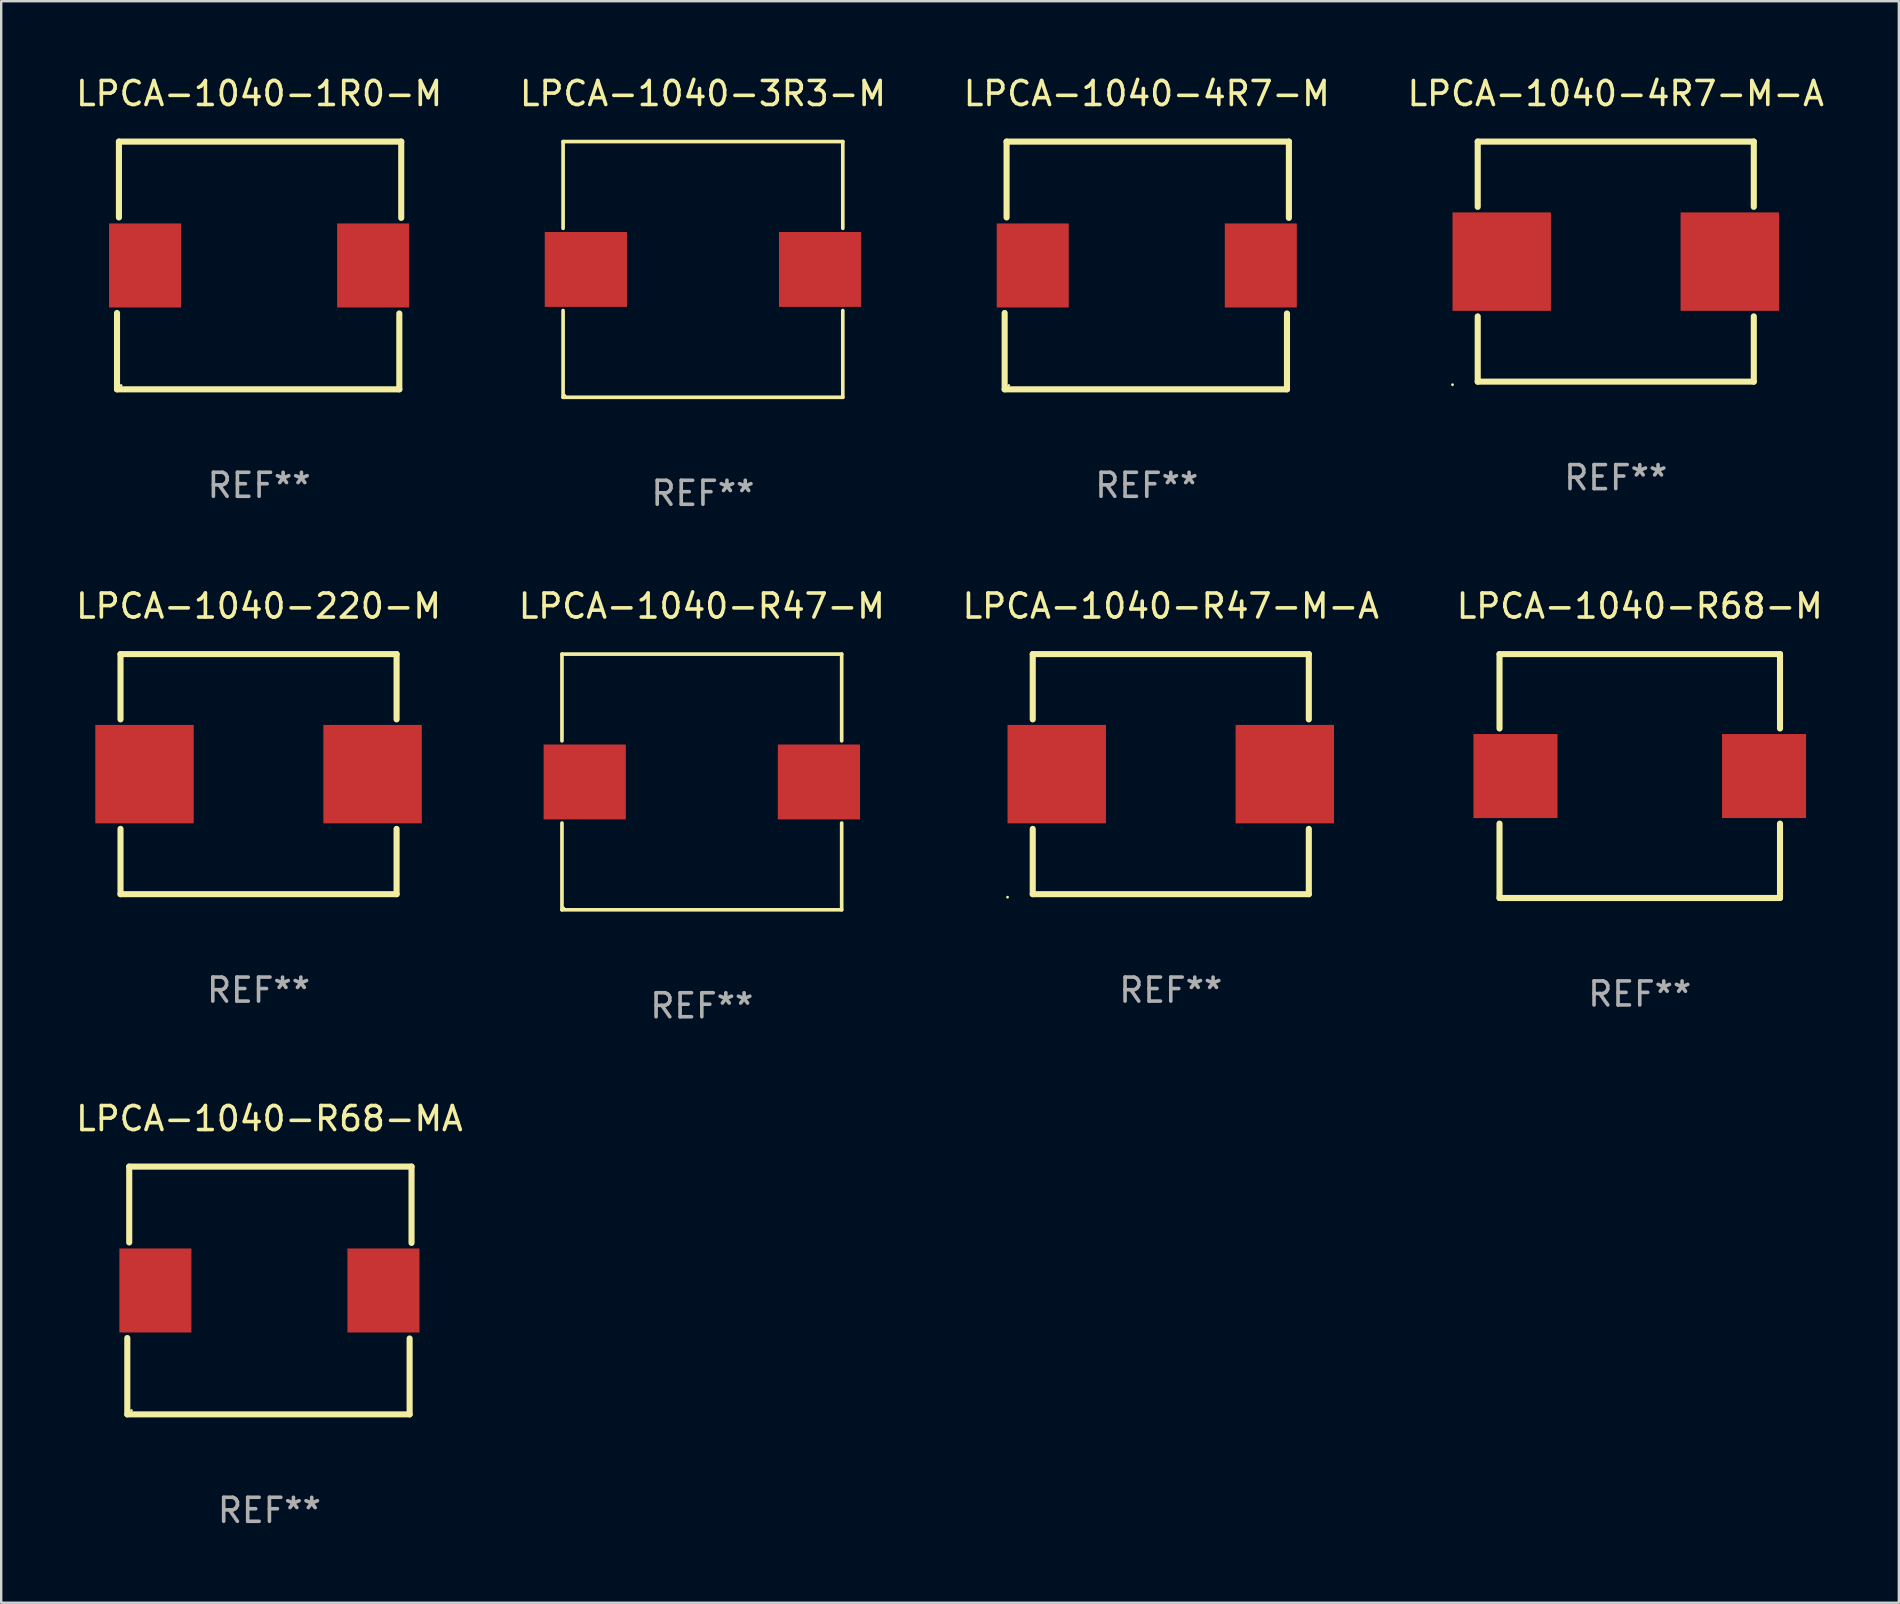
<source format=kicad_pcb>
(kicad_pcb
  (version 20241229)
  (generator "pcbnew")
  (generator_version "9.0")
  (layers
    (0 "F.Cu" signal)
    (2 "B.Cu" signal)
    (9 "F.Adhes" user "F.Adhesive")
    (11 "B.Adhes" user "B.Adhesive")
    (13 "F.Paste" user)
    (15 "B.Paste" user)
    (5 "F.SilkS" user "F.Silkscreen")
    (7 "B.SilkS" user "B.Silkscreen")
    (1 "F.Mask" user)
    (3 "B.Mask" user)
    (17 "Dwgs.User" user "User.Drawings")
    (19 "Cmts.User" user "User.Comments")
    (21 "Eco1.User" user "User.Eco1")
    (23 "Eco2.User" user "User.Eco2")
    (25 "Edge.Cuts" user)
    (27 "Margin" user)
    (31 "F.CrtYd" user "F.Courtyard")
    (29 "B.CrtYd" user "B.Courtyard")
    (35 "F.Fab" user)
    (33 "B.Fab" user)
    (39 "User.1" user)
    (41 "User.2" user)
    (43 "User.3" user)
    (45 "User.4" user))
  (footprint "LPCA-1040-220-M"
    (layer "F.Cu")
    (at 7.72 29.197)
    (property "Reference" "LPCA-1040-220-M" (at 0 -7 0) (layer "F.SilkS") (effects (font (size 1 1) (thickness 0.15))))
    (attr through_hole)
    (fp_line (start -5.75 -5) (end -5.75 -2.281) (stroke (width 0.254) (type solid)) (layer "F.SilkS"))
    (fp_line (start -5.75 -5) (end 5.75 -5) (stroke (width 0.254) (type solid)) (layer "F.SilkS"))
    (fp_line (start -5.75 2.281) (end -5.75 5) (stroke (width 0.254) (type solid)) (layer "F.SilkS"))
    (fp_line (start 5.75 -2.281) (end 5.75 -5) (stroke (width 0.254) (type solid)) (layer "F.SilkS"))
    (fp_line (start 5.75 5) (end -5.75 5) (stroke (width 0.254) (type solid)) (layer "F.SilkS"))
    (fp_line (start 5.75 5) (end 5.75 2.281) (stroke (width 0.254) (type solid)) (layer "F.SilkS"))
    (fp_circle (center -5.75 5) (end -5.7 5) (stroke (width 0.1) (type solid)) (fill no) (layer "F.SilkS"))
    (fp_text user "REF**" (at 0 9 0) (layer "F.Fab") (effects (font (size 1 1) (thickness 0.15))))
    (pad "1" smd rect (at -4.75 0) (size 4.1 4.1) (layers "F.Cu" "F.Mask" "F.Paste"))
    (pad "2" smd rect (at 4.75 0) (size 4.1 4.1) (layers "F.Cu" "F.Mask" "F.Paste")))
  (footprint "LPCA-1040-1R0-M"
    (layer "F.Cu")
    (at 7.744 8.008)
    (property "Reference" "LPCA-1040-1R0-M" (at 0 -7.16 0) (layer "F.SilkS") (effects (font (size 1 1) (thickness 0.15))))
    (attr through_hole)
    (fp_line (start -5.92 5.16) (end -5.92 1.98) (stroke (width 0.254) (type solid)) (layer "F.SilkS"))
    (fp_line (start -5.84 -5.16) (end 5.92 -5.16) (stroke (width 0.254) (type solid)) (layer "F.SilkS"))
    (fp_line (start -5.84 -2) (end -5.84 -5.16) (stroke (width 0.254) (type solid)) (layer "F.SilkS"))
    (fp_line (start 5.84 2) (end 5.84 5.16) (stroke (width 0.254) (type solid)) (layer "F.SilkS"))
    (fp_line (start 5.84 5.16) (end -5.92 5.16) (stroke (width 0.254) (type solid)) (layer "F.SilkS"))
    (fp_line (start 5.92 -5.16) (end 5.92 -1.98) (stroke (width 0.254) (type solid)) (layer "F.SilkS"))
    (fp_circle (center -5.75 5) (end -5.72 5) (stroke (width 0.06) (type solid)) (fill no) (layer "F.SilkS"))
    (fp_text user "REF**" (at 0 9.16 0) (layer "F.Fab") (effects (font (size 1 1) (thickness 0.15))))
    (pad "1" smd rect (at -4.75 0) (size 3 3.5) (layers "F.Cu" "F.Mask" "F.Paste"))
    (pad "2" smd rect (at 4.75 0) (size 3 3.5) (layers "F.Cu" "F.Mask" "F.Paste")))
  (footprint "LPCA-1040-3R3-M"
    (layer "F.Cu")
    (at 26.232 8.174)
    (property "Reference" "LPCA-1040-3R3-M" (at 0 -7.326 0) (layer "F.SilkS") (effects (font (size 1 1) (thickness 0.15))))
    (attr through_hole)
    (fp_line (start -5.826 -5.326) (end 5.826 -5.326) (stroke (width 0.152) (type solid)) (layer "F.SilkS"))
    (fp_line (start -5.826 -1.712) (end -5.826 -5.326) (stroke (width 0.152) (type solid)) (layer "F.SilkS"))
    (fp_line (start -5.826 1.712) (end -5.826 5.326) (stroke (width 0.152) (type solid)) (layer "F.SilkS"))
    (fp_line (start -5.826 5.326) (end 5.826 5.326) (stroke (width 0.152) (type solid)) (layer "F.SilkS"))
    (fp_line (start 5.826 -5.326) (end 5.826 -1.712) (stroke (width 0.152) (type solid)) (layer "F.SilkS"))
    (fp_line (start 5.826 5.326) (end 5.826 1.712) (stroke (width 0.152) (type solid)) (layer "F.SilkS"))
    (fp_circle (center -5.75 5.25) (end -5.72 5.25) (stroke (width 0.06) (type solid)) (fill no) (layer "F.SilkS"))
    (fp_text user "REF**" (at 0 9.326 0) (layer "F.Fab") (effects (font (size 1 1) (thickness 0.15))))
    (pad "1" smd rect (at 4.878 0) (size 3.424 3.12) (layers "F.Cu" "F.Mask" "F.Paste"))
    (pad "2" smd rect (at -4.878 0) (size 3.424 3.12) (layers "F.Cu" "F.Mask" "F.Paste")))
  (footprint "LPCA-1040-R47-M"
    (layer "F.Cu")
    (at 26.185 29.523)
    (property "Reference" "LPCA-1040-R47-M" (at 0 -7.326 0) (layer "F.SilkS") (effects (font (size 1 1) (thickness 0.15))))
    (attr through_hole)
    (fp_line (start -5.826 -5.326) (end 5.826 -5.326) (stroke (width 0.152) (type solid)) (layer "F.SilkS"))
    (fp_line (start -5.826 -1.712) (end -5.826 -5.326) (stroke (width 0.152) (type solid)) (layer "F.SilkS"))
    (fp_line (start -5.826 1.712) (end -5.826 5.326) (stroke (width 0.152) (type solid)) (layer "F.SilkS"))
    (fp_line (start -5.826 5.326) (end 5.826 5.326) (stroke (width 0.152) (type solid)) (layer "F.SilkS"))
    (fp_line (start 5.826 -5.326) (end 5.826 -1.712) (stroke (width 0.152) (type solid)) (layer "F.SilkS"))
    (fp_line (start 5.826 5.326) (end 5.826 1.712) (stroke (width 0.152) (type solid)) (layer "F.SilkS"))
    (fp_circle (center -5.75 5.25) (end -5.72 5.25) (stroke (width 0.06) (type solid)) (fill no) (layer "F.SilkS"))
    (fp_text user "REF**" (at 0 9.326 0) (layer "F.Fab") (effects (font (size 1 1) (thickness 0.15))))
    (pad "1" smd rect (at 4.878 0) (size 3.424 3.12) (layers "F.Cu" "F.Mask" "F.Paste"))
    (pad "2" smd rect (at -4.878 0) (size 3.424 3.12) (layers "F.Cu" "F.Mask" "F.Paste")))
  (footprint "LPCA-1040-R68-M"
    (layer "F.Cu")
    (at 65.256 29.277)
    (property "Reference" "LPCA-1040-R68-M" (at 0 -7.08 0) (layer "F.SilkS") (effects (font (size 1 1) (thickness 0.15))))
    (attr through_hole)
    (fp_line (start -5.842 -5.08) (end -5.842 -1.981) (stroke (width 0.254) (type solid)) (layer "F.SilkS"))
    (fp_line (start -5.842 1.981) (end -5.842 5.08) (stroke (width 0.254) (type solid)) (layer "F.SilkS"))
    (fp_line (start -5.842 5.08) (end 5.842 5.08) (stroke (width 0.254) (type solid)) (layer "F.SilkS"))
    (fp_line (start 5.842 -5.08) (end -5.842 -5.08) (stroke (width 0.254) (type solid)) (layer "F.SilkS"))
    (fp_line (start 5.842 -1.981) (end 5.842 -5.08) (stroke (width 0.254) (type solid)) (layer "F.SilkS"))
    (fp_line (start 5.842 5.08) (end 5.842 1.981) (stroke (width 0.254) (type solid)) (layer "F.SilkS"))
    (fp_circle (center -5.9 5) (end -5.87 5) (stroke (width 0.06) (type solid)) (fill no) (layer "F.SilkS"))
    (fp_text user "REF**" (at 0 9.08 0) (layer "F.Fab") (effects (font (size 1 1) (thickness 0.15))))
    (pad "1" smd rect (at -5.177 0) (size 3.5 3.5) (layers "F.Cu" "F.Mask" "F.Paste"))
    (pad "2" smd rect (at 5.177 0) (size 3.5 3.5) (layers "F.Cu" "F.Mask" "F.Paste")))
  (footprint "LPCA-1040-4R7-M"
    (layer "F.Cu")
    (at 44.72 8.008)
    (property "Reference" "LPCA-1040-4R7-M" (at 0 -7.16 0) (layer "F.SilkS") (effects (font (size 1 1) (thickness 0.15))))
    (attr through_hole)
    (fp_line (start -5.92 5.16) (end -5.92 1.98) (stroke (width 0.254) (type solid)) (layer "F.SilkS"))
    (fp_line (start -5.84 -5.16) (end 5.92 -5.16) (stroke (width 0.254) (type solid)) (layer "F.SilkS"))
    (fp_line (start -5.84 -2) (end -5.84 -5.16) (stroke (width 0.254) (type solid)) (layer "F.SilkS"))
    (fp_line (start 5.84 2) (end 5.84 5.16) (stroke (width 0.254) (type solid)) (layer "F.SilkS"))
    (fp_line (start 5.84 5.16) (end -5.92 5.16) (stroke (width 0.254) (type solid)) (layer "F.SilkS"))
    (fp_line (start 5.92 -5.16) (end 5.92 -1.98) (stroke (width 0.254) (type solid)) (layer "F.SilkS"))
    (fp_circle (center -5.75 5) (end -5.72 5) (stroke (width 0.06) (type solid)) (fill no) (layer "F.SilkS"))
    (fp_text user "REF**" (at 0 9.16 0) (layer "F.Fab") (effects (font (size 1 1) (thickness 0.15))))
    (pad "1" smd rect (at -4.75 0) (size 3 3.5) (layers "F.Cu" "F.Mask" "F.Paste"))
    (pad "2" smd rect (at 4.75 0) (size 3 3.5) (layers "F.Cu" "F.Mask" "F.Paste")))
  (footprint "LPCA-1040-R68-MA"
    (layer "F.Cu")
    (at 8.173 50.706)
    (property "Reference" "LPCA-1040-R68-MA" (at 0 -7.16 0) (layer "F.SilkS") (effects (font (size 1 1) (thickness 0.15))))
    (attr through_hole)
    (fp_line (start -5.92 5.16) (end -5.92 1.98) (stroke (width 0.254) (type solid)) (layer "F.SilkS"))
    (fp_line (start -5.84 -5.16) (end 5.92 -5.16) (stroke (width 0.254) (type solid)) (layer "F.SilkS"))
    (fp_line (start -5.84 -2) (end -5.84 -5.16) (stroke (width 0.254) (type solid)) (layer "F.SilkS"))
    (fp_line (start 5.84 2) (end 5.84 5.16) (stroke (width 0.254) (type solid)) (layer "F.SilkS"))
    (fp_line (start 5.84 5.16) (end -5.92 5.16) (stroke (width 0.254) (type solid)) (layer "F.SilkS"))
    (fp_line (start 5.92 -5.16) (end 5.92 -1.98) (stroke (width 0.254) (type solid)) (layer "F.SilkS"))
    (fp_circle (center -5.75 5) (end -5.72 5) (stroke (width 0.06) (type solid)) (fill no) (layer "F.SilkS"))
    (fp_text user "REF**" (at 0 9.16 0) (layer "F.Fab") (effects (font (size 1 1) (thickness 0.15))))
    (pad "1" smd rect (at -4.75 0) (size 3 3.5) (layers "F.Cu" "F.Mask" "F.Paste"))
    (pad "2" smd rect (at 4.75 0) (size 3 3.5) (layers "F.Cu" "F.Mask" "F.Paste")))
  (footprint "LPCA-1040-4R7-M-A"
    (layer "F.Cu")
    (at 64.256 7.848)
    (property "Reference" "LPCA-1040-4R7-M-A" (at 0 -7 0) (layer "F.SilkS") (effects (font (size 1 1) (thickness 0.15))))
    (attr through_hole)
    (fp_line (start -5.75 -5) (end -5.75 -2.281) (stroke (width 0.254) (type solid)) (layer "F.SilkS"))
    (fp_line (start -5.75 -5) (end 5.75 -5) (stroke (width 0.254) (type solid)) (layer "F.SilkS"))
    (fp_line (start -5.75 2.281) (end -5.75 5) (stroke (width 0.254) (type solid)) (layer "F.SilkS"))
    (fp_line (start 5.75 -5) (end 5.75 -2.281) (stroke (width 0.254) (type solid)) (layer "F.SilkS"))
    (fp_line (start 5.75 2.281) (end 5.75 5) (stroke (width 0.254) (type solid)) (layer "F.SilkS"))
    (fp_line (start 5.75 5) (end -5.75 5) (stroke (width 0.254) (type solid)) (layer "F.SilkS"))
    (fp_circle (center -6.8 5.127) (end -6.77 5.127) (stroke (width 0.06) (type solid)) (fill no) (layer "F.SilkS"))
    (fp_text user "REF**" (at 0 9 0) (layer "F.Fab") (effects (font (size 1 1) (thickness 0.15))))
    (pad "1" smd rect (at -4.75 0) (size 4.1 4.1) (layers "F.Cu" "F.Mask" "F.Paste"))
    (pad "2" smd rect (at 4.75 0) (size 4.1 4.1) (layers "F.Cu" "F.Mask" "F.Paste")))
  (footprint "LPCA-1040-R47-M-A"
    (layer "F.Cu")
    (at 45.72 29.197)
    (property "Reference" "LPCA-1040-R47-M-A" (at 0 -7 0) (layer "F.SilkS") (effects (font (size 1 1) (thickness 0.15))))
    (attr through_hole)
    (fp_line (start -5.75 -5) (end -5.75 -2.281) (stroke (width 0.254) (type solid)) (layer "F.SilkS"))
    (fp_line (start -5.75 -5) (end 5.75 -5) (stroke (width 0.254) (type solid)) (layer "F.SilkS"))
    (fp_line (start -5.75 2.281) (end -5.75 5) (stroke (width 0.254) (type solid)) (layer "F.SilkS"))
    (fp_line (start 5.75 -5) (end 5.75 -2.281) (stroke (width 0.254) (type solid)) (layer "F.SilkS"))
    (fp_line (start 5.75 2.281) (end 5.75 5) (stroke (width 0.254) (type solid)) (layer "F.SilkS"))
    (fp_line (start 5.75 5) (end -5.75 5) (stroke (width 0.254) (type solid)) (layer "F.SilkS"))
    (fp_circle (center -6.8 5.127) (end -6.77 5.127) (stroke (width 0.06) (type solid)) (fill no) (layer "F.SilkS"))
    (fp_text user "REF**" (at 0 9 0) (layer "F.Fab") (effects (font (size 1 1) (thickness 0.15))))
    (pad "1" smd rect (at -4.75 0) (size 4.1 4.1) (layers "F.Cu" "F.Mask" "F.Paste"))
    (pad "2" smd rect (at 4.75 0) (size 4.1 4.1) (layers "F.Cu" "F.Mask" "F.Paste")))
  (gr_rect
    (start -3 -3)
    (end 76.048 63.714)
    (stroke (width 0.1) (type default))
    (fill no)
    (layer "Edge.Cuts")))
</source>
